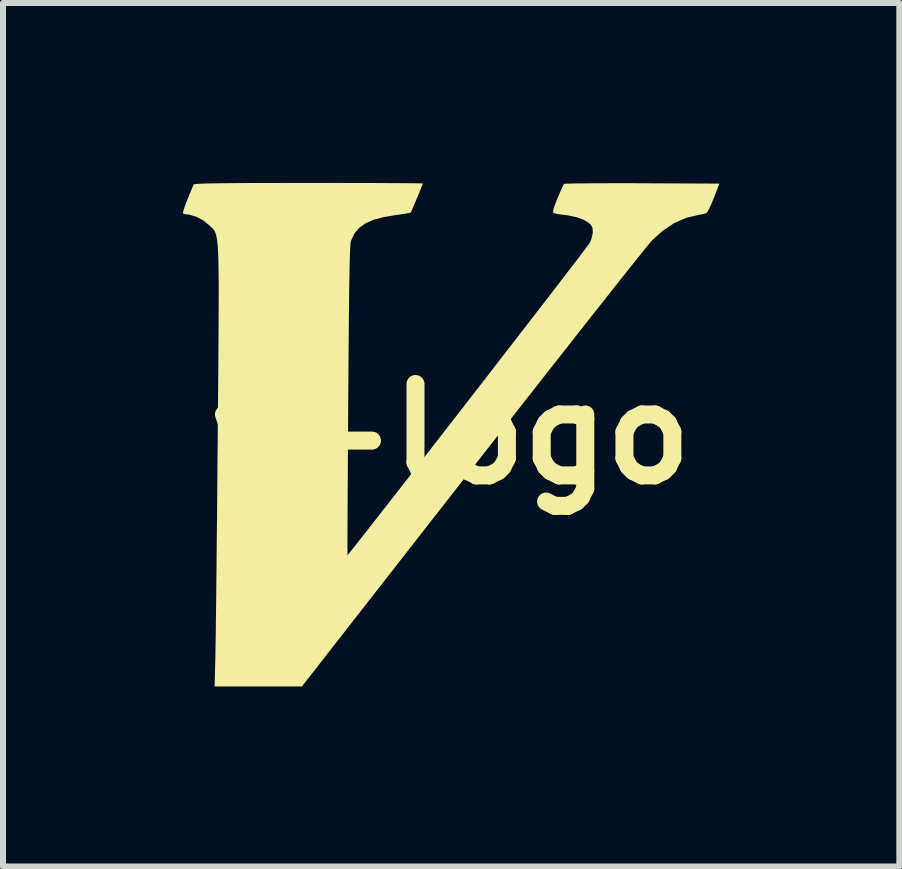
<source format=kicad_pcb>
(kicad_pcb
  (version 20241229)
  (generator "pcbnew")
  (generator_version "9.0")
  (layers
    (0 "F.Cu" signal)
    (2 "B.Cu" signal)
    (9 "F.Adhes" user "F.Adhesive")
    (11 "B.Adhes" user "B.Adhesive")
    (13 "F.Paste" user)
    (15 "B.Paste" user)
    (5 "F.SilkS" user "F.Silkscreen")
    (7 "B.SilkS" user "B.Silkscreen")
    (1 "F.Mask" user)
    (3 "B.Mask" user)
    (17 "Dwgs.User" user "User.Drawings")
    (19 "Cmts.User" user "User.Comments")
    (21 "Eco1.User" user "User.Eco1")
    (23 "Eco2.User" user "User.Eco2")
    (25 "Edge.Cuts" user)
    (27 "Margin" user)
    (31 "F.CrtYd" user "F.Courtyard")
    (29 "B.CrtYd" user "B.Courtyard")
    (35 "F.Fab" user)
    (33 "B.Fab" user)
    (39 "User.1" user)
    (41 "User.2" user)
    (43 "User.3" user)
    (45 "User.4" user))
  (footprint "v-logo"
    (layer "F.Cu")
    (at 4.457 4.186)
    (property "Reference" "v-logo" (at 0 0 0) (layer "F.SilkS") (effects (font (size 1.524 1.524) (thickness 0.3))))
    (attr board_only exclude_from_pos_files exclude_from_bom)
    (fp_poly (pts (xy -2.079 -4.186) (xy -1.808 -4.186) (xy -1.553 -4.185) (xy -1.316 -4.185) (xy -1.102 -4.184) (xy -0.913 -4.183) (xy -0.753 -4.182) (xy -0.624 -4.181) (xy -0.53 -4.18) (xy -0.474 -4.179) (xy -0.458 -4.178) (xy -0.466 -4.154) (xy -0.487 -4.1) (xy -0.517 -4.025) (xy -0.552 -3.941) (xy -0.588 -3.855) (xy -0.621 -3.779) (xy -0.646 -3.722) (xy -0.66 -3.694) (xy -0.661 -3.692) (xy -0.685 -3.685) (xy -0.744 -3.675) (xy -0.827 -3.662) (xy -0.903 -3.652) (xy -1.111 -3.617) (xy -1.281 -3.571) (xy -1.417 -3.511) (xy -1.521 -3.436) (xy -1.598 -3.342) (xy -1.653 -3.229) (xy -1.66 -3.208) (xy -1.664 -3.18) (xy -1.668 -3.123) (xy -1.672 -3.036) (xy -1.676 -2.918) (xy -1.679 -2.767) (xy -1.683 -2.581) (xy -1.686 -2.36) (xy -1.689 -2.103) (xy -1.692 -1.808) (xy -1.695 -1.473) (xy -1.698 -1.097) (xy -1.701 -0.68) (xy -1.702 -0.556) (xy -1.704 -0.225) (xy -1.706 0.094) (xy -1.708 0.398) (xy -1.709 0.684) (xy -1.711 0.949) (xy -1.712 1.192) (xy -1.713 1.409) (xy -1.714 1.597) (xy -1.715 1.754) (xy -1.715 1.877) (xy -1.715 1.964) (xy -1.715 2.011) (xy -1.715 2.02) (xy -1.701 2.004) (xy -1.662 1.956) (xy -1.6 1.878) (xy -1.516 1.772) (xy -1.413 1.641) (xy -1.293 1.487) (xy -1.156 1.312) (xy -1.005 1.119) (xy -0.841 0.909) (xy -0.667 0.686) (xy -0.484 0.451) (xy -0.294 0.206) (xy -0.098 -0.046) (xy 0.101 -0.302) (xy 0.302 -0.561) (xy 0.503 -0.82) (xy 0.702 -1.077) (xy 0.897 -1.33) (xy 1.088 -1.576) (xy 1.271 -1.813) (xy 1.446 -2.039) (xy 1.61 -2.251) (xy 1.761 -2.448) (xy 1.899 -2.627) (xy 2.02 -2.785) (xy 2.124 -2.92) (xy 2.208 -3.031) (xy 2.271 -3.114) (xy 2.311 -3.168) (xy 2.326 -3.19) (xy 2.357 -3.268) (xy 2.374 -3.35) (xy 2.375 -3.372) (xy 2.37 -3.44) (xy 2.343 -3.487) (xy 2.31 -3.519) (xy 2.221 -3.573) (xy 2.098 -3.617) (xy 1.952 -3.647) (xy 1.882 -3.656) (xy 1.807 -3.665) (xy 1.747 -3.677) (xy 1.721 -3.686) (xy 1.713 -3.704) (xy 1.719 -3.745) (xy 1.741 -3.814) (xy 1.781 -3.916) (xy 1.786 -3.928) (xy 1.825 -4.02) (xy 1.859 -4.097) (xy 1.884 -4.15) (xy 1.895 -4.17) (xy 1.919 -4.173) (xy 1.983 -4.175) (xy 2.082 -4.178) (xy 2.214 -4.179) (xy 2.374 -4.181) (xy 2.558 -4.181) (xy 2.762 -4.182) (xy 2.984 -4.182) (xy 3.198 -4.181) (xy 4.485 -4.175) (xy 4.394 -3.938) (xy 4.355 -3.843) (xy 4.319 -3.763) (xy 4.289 -3.708) (xy 4.272 -3.685) (xy 4.232 -3.672) (xy 4.169 -3.659) (xy 4.142 -3.654) (xy 3.93 -3.604) (xy 3.729 -3.515) (xy 3.537 -3.386) (xy 3.366 -3.232) (xy 3.338 -3.2) (xy 3.285 -3.136) (xy 3.208 -3.04) (xy 3.107 -2.915) (xy 2.985 -2.762) (xy 2.843 -2.584) (xy 2.682 -2.38) (xy 2.504 -2.155) (xy 2.309 -1.908) (xy 2.099 -1.641) (xy 1.876 -1.357) (xy 1.64 -1.057) (xy 1.394 -0.743) (xy 1.137 -0.416) (xy 0.873 -0.078) (xy 0.601 0.269) (xy 0.371 0.564) (xy -2.474 4.208) (xy -3.93 4.208) (xy -3.916 3.69) (xy -3.915 3.606) (xy -3.913 3.482) (xy -3.91 3.32) (xy -3.908 3.124) (xy -3.905 2.896) (xy -3.902 2.639) (xy -3.899 2.356) (xy -3.896 2.051) (xy -3.893 1.726) (xy -3.889 1.385) (xy -3.886 1.03) (xy -3.883 0.664) (xy -3.88 0.29) (xy -3.877 0.022) (xy -3.874 -0.424) (xy -3.87 -0.828) (xy -3.867 -1.193) (xy -3.865 -1.521) (xy -3.863 -1.814) (xy -3.862 -2.074) (xy -3.861 -2.302) (xy -3.861 -2.502) (xy -3.863 -2.676) (xy -3.865 -2.824) (xy -3.868 -2.951) (xy -3.873 -3.057) (xy -3.878 -3.145) (xy -3.886 -3.216) (xy -3.894 -3.274) (xy -3.905 -3.32) (xy -3.917 -3.357) (xy -3.93 -3.385) (xy -3.946 -3.409) (xy -3.963 -3.429) (xy -3.983 -3.447) (xy -4.005 -3.467) (xy -4.029 -3.49) (xy -4.03 -3.491) (xy -4.127 -3.567) (xy -4.24 -3.625) (xy -4.354 -3.658) (xy -4.407 -3.663) (xy -4.446 -3.672) (xy -4.457 -3.682) (xy -4.454 -3.709) (xy -4.434 -3.773) (xy -4.397 -3.874) (xy -4.341 -4.013) (xy -4.28 -4.159) (xy -4.27 -4.164) (xy -4.241 -4.168) (xy -4.193 -4.172) (xy -4.122 -4.175) (xy -4.026 -4.178) (xy -3.903 -4.18) (xy -3.751 -4.182) (xy -3.567 -4.184) (xy -3.35 -4.185) (xy -3.096 -4.185) (xy -2.804 -4.186) (xy -2.471 -4.186) (xy -2.363 -4.186)) (stroke (width 0) (type solid)) (fill yes) (layer "F.SilkS")))
  (gr_rect
    (start -3 -3)
    (end 11.942 11.394)
    (stroke (width 0.1) (type default))
    (fill no)
    (layer "Edge.Cuts")))
</source>
